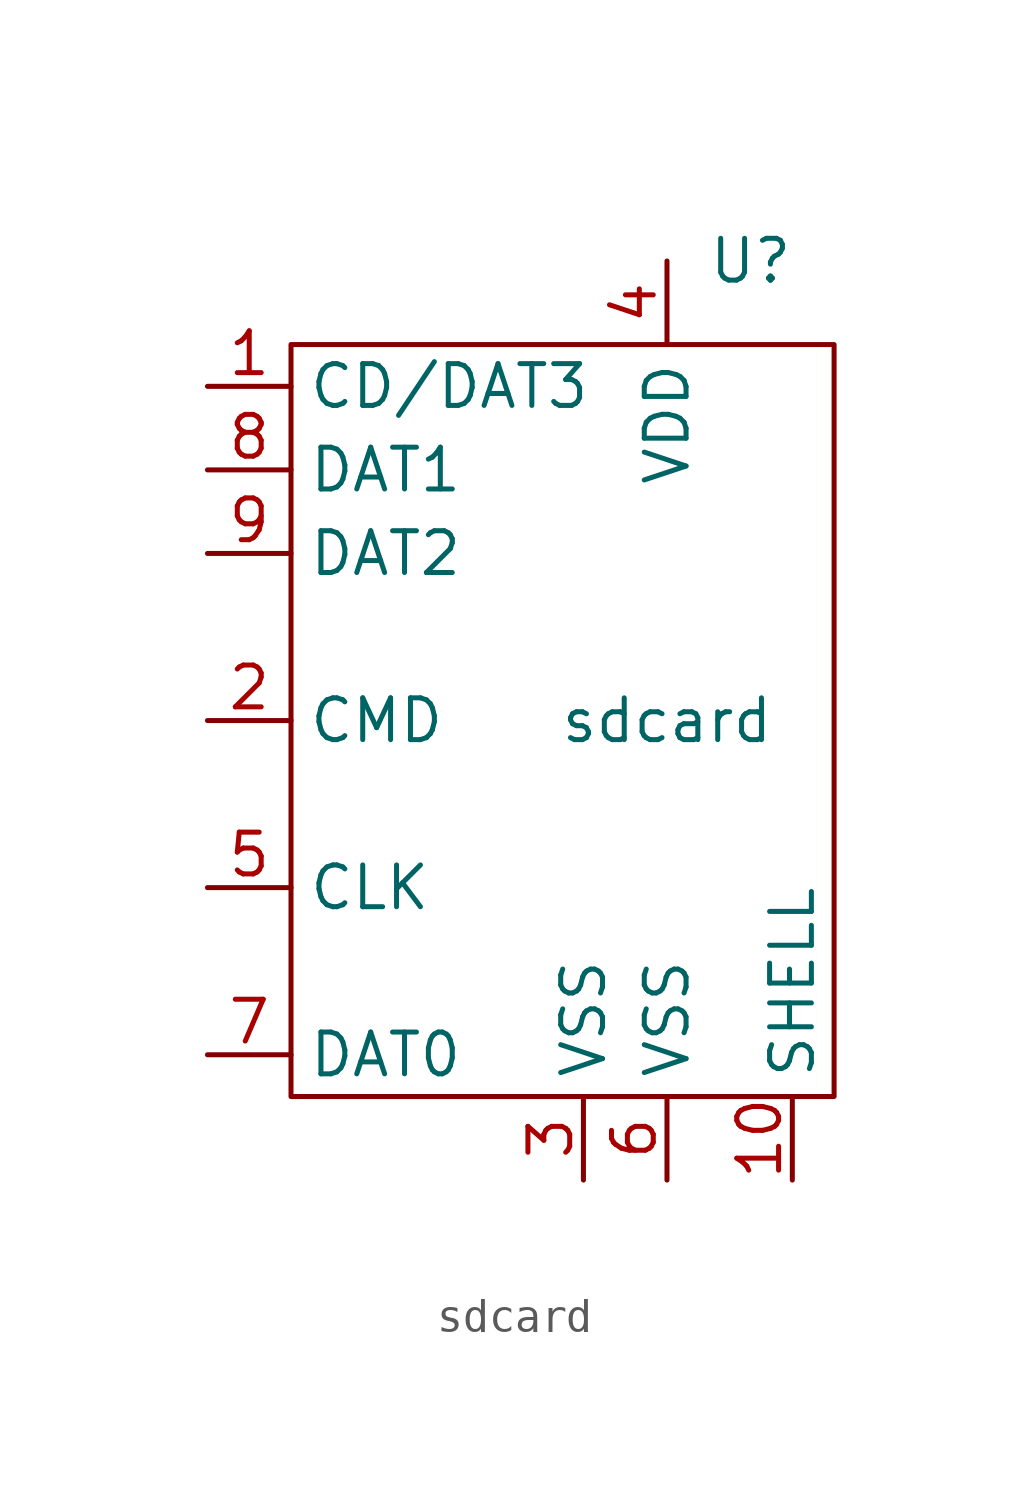
<source format=kicad_sym>
(kicad_symbol_lib
  (version 20211014)
  (generator kicad_symbol_editor)
  (symbol "sdcard"
    (property "Reference" "U"
      (at 2.54 13.97 0)
      (effects (font (size 1.27 1.27))))
    (property "Value" "sdcard"
      (at 0 0 0)
      (effects (font (size 1.27 1.27))))
    (symbol "sdcard_0_1"
      (rectangle (start -11.43 11.43) (end 5.08 -11.43) (stroke (width 0) (type default) (color 0 0 0 0)) (fill (type none))))
    (symbol "sdcard_1_1"
      (pin bidirectional line (at -13.97 10.16 0) (length 2.54) (name "CD/DAT3" (effects (font (size 1.27 1.27)))) (number "1" (effects (font (size 1.27 1.27)))))
      (pin passive line (at 3.81 -13.97 90) (length 2.54) (name "SHELL" (effects (font (size 1.27 1.27)))) (number "10" (effects (font (size 1.27 1.27)))))
      (pin input line (at -13.97 0 0) (length 2.54) (name "CMD" (effects (font (size 1.27 1.27)))) (number "2" (effects (font (size 1.27 1.27)))))
      (pin power_in line (at -2.54 -13.97 90) (length 2.54) (name "VSS" (effects (font (size 1.27 1.27)))) (number "3" (effects (font (size 1.27 1.27)))))
      (pin power_in line (at 0 13.97 270) (length 2.54) (name "VDD" (effects (font (size 1.27 1.27)))) (number "4" (effects (font (size 1.27 1.27)))))
      (pin input line (at -13.97 -5.08 0) (length 2.54) (name "CLK" (effects (font (size 1.27 1.27)))) (number "5" (effects (font (size 1.27 1.27)))))
      (pin power_in line (at 0 -13.97 90) (length 2.54) (name "VSS" (effects (font (size 1.27 1.27)))) (number "6" (effects (font (size 1.27 1.27)))))
      (pin bidirectional line (at -13.97 -10.16 0) (length 2.54) (name "DAT0" (effects (font (size 1.27 1.27)))) (number "7" (effects (font (size 1.27 1.27)))))
      (pin bidirectional line (at -13.97 7.62 0) (length 2.54) (name "DAT1" (effects (font (size 1.27 1.27)))) (number "8" (effects (font (size 1.27 1.27)))))
      (pin bidirectional line (at -13.97 5.08 0) (length 2.54) (name "DAT2" (effects (font (size 1.27 1.27)))) (number "9" (effects (font (size 1.27 1.27))))))))
</source>
